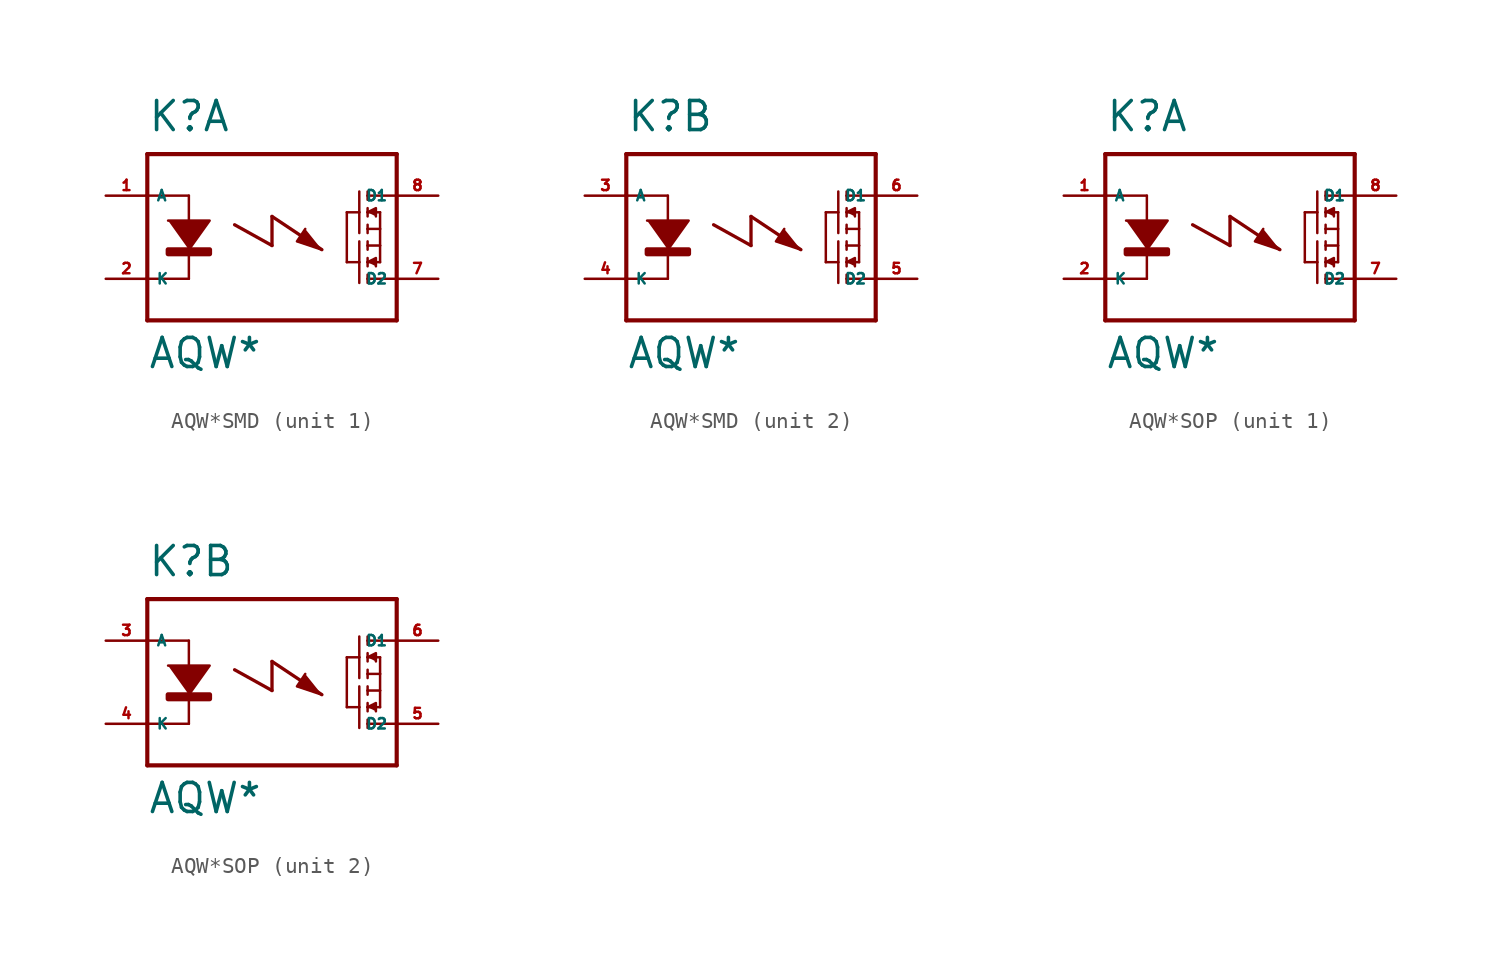
<source format=kicad_sym>
(kicad_symbol_lib
  (version 20220914)
  (generator Eagle2Kicad)
  (symbol "AQW*SMD"
    (property "Reference" "K"
      (at -7.62 6.35 0)
      (effects (font (size 1.778 1.778) (thickness 0.22)) (justify left bottom)))
    (property "Value" "AQW*"
      (at -7.62 -8.128 0)
      (effects (font (size 1.778 1.778) (thickness 0.22)) (justify left bottom)))
    (symbol "AQW*SMD_1_0"
      (polyline (pts (xy -6.35 1.016) (xy -3.81 1.016) (xy -5.08 -0.762)) (stroke (width 0.152) (type default)) (fill (type outline)))
      (polyline (pts (xy 5.842 1.524) (xy 6.35 1.778) (xy 6.35 1.27)) (stroke (width 0.152) (type default)) (fill (type outline)))
      (polyline (pts (xy 5.842 -1.524) (xy 6.35 -1.27) (xy 6.35 -1.778)) (stroke (width 0.152) (type default)) (fill (type outline)))
      (polyline (pts (xy 2.032 0.508) (xy 1.524 -0.254) (xy 3.048 -0.762)) (stroke (width 0.152) (type default)) (fill (type outline)))
      (polyline (pts (xy -5.08 2.54) (xy -5.08 -2.54)) (stroke (width 0.152) (type default)) (fill (type none)))
      (polyline (pts (xy 5.842 2.794) (xy 5.842 2.54)) (stroke (width 0.152) (type default)) (fill (type none)))
      (polyline (pts (xy 5.842 2.54) (xy 5.842 2.286)) (stroke (width 0.152) (type default)) (fill (type none)))
      (polyline (pts (xy 5.842 1.778) (xy 5.842 1.524)) (stroke (width 0.152) (type default)) (fill (type none)))
      (polyline (pts (xy 5.842 1.524) (xy 5.842 1.27)) (stroke (width 0.152) (type default)) (fill (type none)))
      (polyline (pts (xy 5.842 0.762) (xy 5.842 0.508)) (stroke (width 0.152) (type default)) (fill (type none)))
      (polyline (pts (xy 5.842 0.508) (xy 5.842 0.254)) (stroke (width 0.152) (type default)) (fill (type none)))
      (polyline (pts (xy 5.842 1.524) (xy 6.604 1.524)) (stroke (width 0.152) (type default)) (fill (type none)))
      (polyline (pts (xy 5.842 0.508) (xy 6.604 0.508)) (stroke (width 0.152) (type default)) (fill (type none)))
      (polyline (pts (xy 6.604 0.508) (xy 6.604 1.524)) (stroke (width 0.152) (type default)) (fill (type none)))
      (polyline (pts (xy 5.334 2.794) (xy 5.334 1.524)) (stroke (width 0.152) (type default)) (fill (type none)))
      (polyline (pts (xy 5.334 1.524) (xy 5.334 0.254)) (stroke (width 0.152) (type default)) (fill (type none)))
      (polyline (pts (xy 5.334 1.524) (xy 4.572 1.524)) (stroke (width 0.152) (type default)) (fill (type none)))
      (polyline (pts (xy 5.842 -2.794) (xy 5.842 -2.54)) (stroke (width 0.152) (type default)) (fill (type none)))
      (polyline (pts (xy 5.842 -2.54) (xy 5.842 -2.286)) (stroke (width 0.152) (type default)) (fill (type none)))
      (polyline (pts (xy 5.842 -1.778) (xy 5.842 -1.524)) (stroke (width 0.152) (type default)) (fill (type none)))
      (polyline (pts (xy 5.842 -1.524) (xy 5.842 -1.27)) (stroke (width 0.152) (type default)) (fill (type none)))
      (polyline (pts (xy 5.842 -0.762) (xy 5.842 -0.508)) (stroke (width 0.152) (type default)) (fill (type none)))
      (polyline (pts (xy 5.842 -0.508) (xy 5.842 -0.254)) (stroke (width 0.152) (type default)) (fill (type none)))
      (polyline (pts (xy 5.842 -1.524) (xy 6.604 -1.524)) (stroke (width 0.152) (type default)) (fill (type none)))
      (polyline (pts (xy 5.842 -0.508) (xy 6.604 -0.508)) (stroke (width 0.152) (type default)) (fill (type none)))
      (polyline (pts (xy 6.604 -0.508) (xy 6.604 -1.524)) (stroke (width 0.152) (type default)) (fill (type none)))
      (polyline (pts (xy 6.604 0.508) (xy 6.604 -0.508)) (stroke (width 0.152) (type default)) (fill (type none)))
      (polyline (pts (xy 5.334 -2.794) (xy 5.334 -1.524)) (stroke (width 0.152) (type default)) (fill (type none)))
      (polyline (pts (xy 5.334 -1.524) (xy 5.334 -0.254)) (stroke (width 0.152) (type default)) (fill (type none)))
      (polyline (pts (xy 5.334 -1.524) (xy 4.572 -1.524)) (stroke (width 0.152) (type default)) (fill (type none)))
      (polyline (pts (xy 4.572 1.524) (xy 4.572 -1.524)) (stroke (width 0.152) (type default)) (fill (type none)))
      (polyline (pts (xy 5.842 2.54) (xy 7.62 2.54)) (stroke (width 0.152) (type default)) (fill (type none)))
      (polyline (pts (xy 5.842 -2.54) (xy 7.62 -2.54)) (stroke (width 0.152) (type default)) (fill (type none)))
      (polyline (pts (xy -7.62 5.08) (xy -7.62 2.54)) (stroke (width 0.254) (type default)) (fill (type none)))
      (polyline (pts (xy -7.62 2.54) (xy -7.62 -2.54)) (stroke (width 0.254) (type default)) (fill (type none)))
      (polyline (pts (xy -7.62 -2.54) (xy -7.62 -5.08)) (stroke (width 0.254) (type default)) (fill (type none)))
      (polyline (pts (xy -7.62 -5.08) (xy 7.62 -5.08)) (stroke (width 0.254) (type default)) (fill (type none)))
      (polyline (pts (xy 7.62 -5.08) (xy 7.62 5.08)) (stroke (width 0.254) (type default)) (fill (type none)))
      (polyline (pts (xy 7.62 5.08) (xy -7.62 5.08)) (stroke (width 0.254) (type default)) (fill (type none)))
      (polyline (pts (xy -5.08 2.54) (xy -7.62 2.54)) (stroke (width 0.152) (type default)) (fill (type none)))
      (polyline (pts (xy -5.08 -2.54) (xy -7.62 -2.54)) (stroke (width 0.152) (type default)) (fill (type none)))
      (polyline (pts (xy -2.286 0.762) (xy 0 -0.508)) (stroke (width 0.203) (type default)) (fill (type none)))
      (polyline (pts (xy 0 -0.508) (xy 0 1.27)) (stroke (width 0.203) (type default)) (fill (type none)))
      (polyline (pts (xy 0 1.27) (xy 3.048 -0.762)) (stroke (width 0.203) (type default)) (fill (type none)))
      (rectangle (start -6.35 -1.016) (end -3.81 -0.762) (stroke (width 0.3) (type default)) (fill (type outline)))
      (pin passive line (at -10.16 -2.54 0) (length 2.54) (name "K" (effects (font (size 0.635 0.635) (thickness 0.08)) (justify left bottom))) (number "2" (effects (font (size 0.635 0.635) (thickness 0.08)) (justify left bottom))))
      (pin passive line (at 10.16 2.54 180) (length 2.54) (name "D1" (effects (font (size 0.635 0.635) (thickness 0.08)) (justify left bottom))) (number "8" (effects (font (size 0.635 0.635) (thickness 0.08)) (justify left bottom))))
      (pin passive line (at 10.16 -2.54 180) (length 2.54) (name "D2" (effects (font (size 0.635 0.635) (thickness 0.08)) (justify left bottom))) (number "7" (effects (font (size 0.635 0.635) (thickness 0.08)) (justify left bottom))))
      (pin passive line (at -10.16 2.54 0) (length 2.54) (name "A" (effects (font (size 0.635 0.635) (thickness 0.08)) (justify left bottom))) (number "1" (effects (font (size 0.635 0.635) (thickness 0.08)) (justify left bottom)))))
    (symbol "AQW*SMD_2_0"
      (polyline (pts (xy -6.35 1.016) (xy -3.81 1.016) (xy -5.08 -0.762)) (stroke (width 0.152) (type default)) (fill (type outline)))
      (polyline (pts (xy 5.842 1.524) (xy 6.35 1.778) (xy 6.35 1.27)) (stroke (width 0.152) (type default)) (fill (type outline)))
      (polyline (pts (xy 5.842 -1.524) (xy 6.35 -1.27) (xy 6.35 -1.778)) (stroke (width 0.152) (type default)) (fill (type outline)))
      (polyline (pts (xy 2.032 0.508) (xy 1.524 -0.254) (xy 3.048 -0.762)) (stroke (width 0.152) (type default)) (fill (type outline)))
      (polyline (pts (xy -5.08 2.54) (xy -5.08 -2.54)) (stroke (width 0.152) (type default)) (fill (type none)))
      (polyline (pts (xy 5.842 2.794) (xy 5.842 2.54)) (stroke (width 0.152) (type default)) (fill (type none)))
      (polyline (pts (xy 5.842 2.54) (xy 5.842 2.286)) (stroke (width 0.152) (type default)) (fill (type none)))
      (polyline (pts (xy 5.842 1.778) (xy 5.842 1.524)) (stroke (width 0.152) (type default)) (fill (type none)))
      (polyline (pts (xy 5.842 1.524) (xy 5.842 1.27)) (stroke (width 0.152) (type default)) (fill (type none)))
      (polyline (pts (xy 5.842 0.762) (xy 5.842 0.508)) (stroke (width 0.152) (type default)) (fill (type none)))
      (polyline (pts (xy 5.842 0.508) (xy 5.842 0.254)) (stroke (width 0.152) (type default)) (fill (type none)))
      (polyline (pts (xy 5.842 1.524) (xy 6.604 1.524)) (stroke (width 0.152) (type default)) (fill (type none)))
      (polyline (pts (xy 5.842 0.508) (xy 6.604 0.508)) (stroke (width 0.152) (type default)) (fill (type none)))
      (polyline (pts (xy 6.604 0.508) (xy 6.604 1.524)) (stroke (width 0.152) (type default)) (fill (type none)))
      (polyline (pts (xy 5.334 2.794) (xy 5.334 1.524)) (stroke (width 0.152) (type default)) (fill (type none)))
      (polyline (pts (xy 5.334 1.524) (xy 5.334 0.254)) (stroke (width 0.152) (type default)) (fill (type none)))
      (polyline (pts (xy 5.334 1.524) (xy 4.572 1.524)) (stroke (width 0.152) (type default)) (fill (type none)))
      (polyline (pts (xy 5.842 -2.794) (xy 5.842 -2.54)) (stroke (width 0.152) (type default)) (fill (type none)))
      (polyline (pts (xy 5.842 -2.54) (xy 5.842 -2.286)) (stroke (width 0.152) (type default)) (fill (type none)))
      (polyline (pts (xy 5.842 -1.778) (xy 5.842 -1.524)) (stroke (width 0.152) (type default)) (fill (type none)))
      (polyline (pts (xy 5.842 -1.524) (xy 5.842 -1.27)) (stroke (width 0.152) (type default)) (fill (type none)))
      (polyline (pts (xy 5.842 -0.762) (xy 5.842 -0.508)) (stroke (width 0.152) (type default)) (fill (type none)))
      (polyline (pts (xy 5.842 -0.508) (xy 5.842 -0.254)) (stroke (width 0.152) (type default)) (fill (type none)))
      (polyline (pts (xy 5.842 -1.524) (xy 6.604 -1.524)) (stroke (width 0.152) (type default)) (fill (type none)))
      (polyline (pts (xy 5.842 -0.508) (xy 6.604 -0.508)) (stroke (width 0.152) (type default)) (fill (type none)))
      (polyline (pts (xy 6.604 -0.508) (xy 6.604 -1.524)) (stroke (width 0.152) (type default)) (fill (type none)))
      (polyline (pts (xy 6.604 0.508) (xy 6.604 -0.508)) (stroke (width 0.152) (type default)) (fill (type none)))
      (polyline (pts (xy 5.334 -2.794) (xy 5.334 -1.524)) (stroke (width 0.152) (type default)) (fill (type none)))
      (polyline (pts (xy 5.334 -1.524) (xy 5.334 -0.254)) (stroke (width 0.152) (type default)) (fill (type none)))
      (polyline (pts (xy 5.334 -1.524) (xy 4.572 -1.524)) (stroke (width 0.152) (type default)) (fill (type none)))
      (polyline (pts (xy 4.572 1.524) (xy 4.572 -1.524)) (stroke (width 0.152) (type default)) (fill (type none)))
      (polyline (pts (xy 5.842 2.54) (xy 7.62 2.54)) (stroke (width 0.152) (type default)) (fill (type none)))
      (polyline (pts (xy 5.842 -2.54) (xy 7.62 -2.54)) (stroke (width 0.152) (type default)) (fill (type none)))
      (polyline (pts (xy -7.62 5.08) (xy -7.62 2.54)) (stroke (width 0.254) (type default)) (fill (type none)))
      (polyline (pts (xy -7.62 2.54) (xy -7.62 -2.54)) (stroke (width 0.254) (type default)) (fill (type none)))
      (polyline (pts (xy -7.62 -2.54) (xy -7.62 -5.08)) (stroke (width 0.254) (type default)) (fill (type none)))
      (polyline (pts (xy -7.62 -5.08) (xy 7.62 -5.08)) (stroke (width 0.254) (type default)) (fill (type none)))
      (polyline (pts (xy 7.62 -5.08) (xy 7.62 5.08)) (stroke (width 0.254) (type default)) (fill (type none)))
      (polyline (pts (xy 7.62 5.08) (xy -7.62 5.08)) (stroke (width 0.254) (type default)) (fill (type none)))
      (polyline (pts (xy -5.08 2.54) (xy -7.62 2.54)) (stroke (width 0.152) (type default)) (fill (type none)))
      (polyline (pts (xy -5.08 -2.54) (xy -7.62 -2.54)) (stroke (width 0.152) (type default)) (fill (type none)))
      (polyline (pts (xy -2.286 0.762) (xy 0 -0.508)) (stroke (width 0.203) (type default)) (fill (type none)))
      (polyline (pts (xy 0 -0.508) (xy 0 1.27)) (stroke (width 0.203) (type default)) (fill (type none)))
      (polyline (pts (xy 0 1.27) (xy 3.048 -0.762)) (stroke (width 0.203) (type default)) (fill (type none)))
      (rectangle (start -6.35 -1.016) (end -3.81 -0.762) (stroke (width 0.3) (type default)) (fill (type outline)))
      (pin passive line (at -10.16 -2.54 0) (length 2.54) (name "K" (effects (font (size 0.635 0.635) (thickness 0.08)) (justify left bottom))) (number "4" (effects (font (size 0.635 0.635) (thickness 0.08)) (justify left bottom))))
      (pin passive line (at 10.16 2.54 180) (length 2.54) (name "D1" (effects (font (size 0.635 0.635) (thickness 0.08)) (justify left bottom))) (number "6" (effects (font (size 0.635 0.635) (thickness 0.08)) (justify left bottom))))
      (pin passive line (at 10.16 -2.54 180) (length 2.54) (name "D2" (effects (font (size 0.635 0.635) (thickness 0.08)) (justify left bottom))) (number "5" (effects (font (size 0.635 0.635) (thickness 0.08)) (justify left bottom))))
      (pin passive line (at -10.16 2.54 0) (length 2.54) (name "A" (effects (font (size 0.635 0.635) (thickness 0.08)) (justify left bottom))) (number "3" (effects (font (size 0.635 0.635) (thickness 0.08)) (justify left bottom))))))
  (symbol "AQW*SOP"
    (property "Reference" "K"
      (at -7.62 6.35 0)
      (effects (font (size 1.778 1.778) (thickness 0.22)) (justify left bottom)))
    (property "Value" "AQW*"
      (at -7.62 -8.128 0)
      (effects (font (size 1.778 1.778) (thickness 0.22)) (justify left bottom)))
    (symbol "AQW*SOP_1_0"
      (polyline (pts (xy -6.35 1.016) (xy -3.81 1.016) (xy -5.08 -0.762)) (stroke (width 0.152) (type default)) (fill (type outline)))
      (polyline (pts (xy 5.842 1.524) (xy 6.35 1.778) (xy 6.35 1.27)) (stroke (width 0.152) (type default)) (fill (type outline)))
      (polyline (pts (xy 5.842 -1.524) (xy 6.35 -1.27) (xy 6.35 -1.778)) (stroke (width 0.152) (type default)) (fill (type outline)))
      (polyline (pts (xy 2.032 0.508) (xy 1.524 -0.254) (xy 3.048 -0.762)) (stroke (width 0.152) (type default)) (fill (type outline)))
      (polyline (pts (xy -5.08 2.54) (xy -5.08 -2.54)) (stroke (width 0.152) (type default)) (fill (type none)))
      (polyline (pts (xy 5.842 2.794) (xy 5.842 2.54)) (stroke (width 0.152) (type default)) (fill (type none)))
      (polyline (pts (xy 5.842 2.54) (xy 5.842 2.286)) (stroke (width 0.152) (type default)) (fill (type none)))
      (polyline (pts (xy 5.842 1.778) (xy 5.842 1.524)) (stroke (width 0.152) (type default)) (fill (type none)))
      (polyline (pts (xy 5.842 1.524) (xy 5.842 1.27)) (stroke (width 0.152) (type default)) (fill (type none)))
      (polyline (pts (xy 5.842 0.762) (xy 5.842 0.508)) (stroke (width 0.152) (type default)) (fill (type none)))
      (polyline (pts (xy 5.842 0.508) (xy 5.842 0.254)) (stroke (width 0.152) (type default)) (fill (type none)))
      (polyline (pts (xy 5.842 1.524) (xy 6.604 1.524)) (stroke (width 0.152) (type default)) (fill (type none)))
      (polyline (pts (xy 5.842 0.508) (xy 6.604 0.508)) (stroke (width 0.152) (type default)) (fill (type none)))
      (polyline (pts (xy 6.604 0.508) (xy 6.604 1.524)) (stroke (width 0.152) (type default)) (fill (type none)))
      (polyline (pts (xy 5.334 2.794) (xy 5.334 1.524)) (stroke (width 0.152) (type default)) (fill (type none)))
      (polyline (pts (xy 5.334 1.524) (xy 5.334 0.254)) (stroke (width 0.152) (type default)) (fill (type none)))
      (polyline (pts (xy 5.334 1.524) (xy 4.572 1.524)) (stroke (width 0.152) (type default)) (fill (type none)))
      (polyline (pts (xy 5.842 -2.794) (xy 5.842 -2.54)) (stroke (width 0.152) (type default)) (fill (type none)))
      (polyline (pts (xy 5.842 -2.54) (xy 5.842 -2.286)) (stroke (width 0.152) (type default)) (fill (type none)))
      (polyline (pts (xy 5.842 -1.778) (xy 5.842 -1.524)) (stroke (width 0.152) (type default)) (fill (type none)))
      (polyline (pts (xy 5.842 -1.524) (xy 5.842 -1.27)) (stroke (width 0.152) (type default)) (fill (type none)))
      (polyline (pts (xy 5.842 -0.762) (xy 5.842 -0.508)) (stroke (width 0.152) (type default)) (fill (type none)))
      (polyline (pts (xy 5.842 -0.508) (xy 5.842 -0.254)) (stroke (width 0.152) (type default)) (fill (type none)))
      (polyline (pts (xy 5.842 -1.524) (xy 6.604 -1.524)) (stroke (width 0.152) (type default)) (fill (type none)))
      (polyline (pts (xy 5.842 -0.508) (xy 6.604 -0.508)) (stroke (width 0.152) (type default)) (fill (type none)))
      (polyline (pts (xy 6.604 -0.508) (xy 6.604 -1.524)) (stroke (width 0.152) (type default)) (fill (type none)))
      (polyline (pts (xy 6.604 0.508) (xy 6.604 -0.508)) (stroke (width 0.152) (type default)) (fill (type none)))
      (polyline (pts (xy 5.334 -2.794) (xy 5.334 -1.524)) (stroke (width 0.152) (type default)) (fill (type none)))
      (polyline (pts (xy 5.334 -1.524) (xy 5.334 -0.254)) (stroke (width 0.152) (type default)) (fill (type none)))
      (polyline (pts (xy 5.334 -1.524) (xy 4.572 -1.524)) (stroke (width 0.152) (type default)) (fill (type none)))
      (polyline (pts (xy 4.572 1.524) (xy 4.572 -1.524)) (stroke (width 0.152) (type default)) (fill (type none)))
      (polyline (pts (xy 5.842 2.54) (xy 7.62 2.54)) (stroke (width 0.152) (type default)) (fill (type none)))
      (polyline (pts (xy 5.842 -2.54) (xy 7.62 -2.54)) (stroke (width 0.152) (type default)) (fill (type none)))
      (polyline (pts (xy -7.62 5.08) (xy -7.62 2.54)) (stroke (width 0.254) (type default)) (fill (type none)))
      (polyline (pts (xy -7.62 2.54) (xy -7.62 -2.54)) (stroke (width 0.254) (type default)) (fill (type none)))
      (polyline (pts (xy -7.62 -2.54) (xy -7.62 -5.08)) (stroke (width 0.254) (type default)) (fill (type none)))
      (polyline (pts (xy -7.62 -5.08) (xy 7.62 -5.08)) (stroke (width 0.254) (type default)) (fill (type none)))
      (polyline (pts (xy 7.62 -5.08) (xy 7.62 5.08)) (stroke (width 0.254) (type default)) (fill (type none)))
      (polyline (pts (xy 7.62 5.08) (xy -7.62 5.08)) (stroke (width 0.254) (type default)) (fill (type none)))
      (polyline (pts (xy -5.08 2.54) (xy -7.62 2.54)) (stroke (width 0.152) (type default)) (fill (type none)))
      (polyline (pts (xy -5.08 -2.54) (xy -7.62 -2.54)) (stroke (width 0.152) (type default)) (fill (type none)))
      (polyline (pts (xy -2.286 0.762) (xy 0 -0.508)) (stroke (width 0.203) (type default)) (fill (type none)))
      (polyline (pts (xy 0 -0.508) (xy 0 1.27)) (stroke (width 0.203) (type default)) (fill (type none)))
      (polyline (pts (xy 0 1.27) (xy 3.048 -0.762)) (stroke (width 0.203) (type default)) (fill (type none)))
      (rectangle (start -6.35 -1.016) (end -3.81 -0.762) (stroke (width 0.3) (type default)) (fill (type outline)))
      (pin passive line (at -10.16 -2.54 0) (length 2.54) (name "K" (effects (font (size 0.635 0.635) (thickness 0.08)) (justify left bottom))) (number "2" (effects (font (size 0.635 0.635) (thickness 0.08)) (justify left bottom))))
      (pin passive line (at 10.16 2.54 180) (length 2.54) (name "D1" (effects (font (size 0.635 0.635) (thickness 0.08)) (justify left bottom))) (number "8" (effects (font (size 0.635 0.635) (thickness 0.08)) (justify left bottom))))
      (pin passive line (at 10.16 -2.54 180) (length 2.54) (name "D2" (effects (font (size 0.635 0.635) (thickness 0.08)) (justify left bottom))) (number "7" (effects (font (size 0.635 0.635) (thickness 0.08)) (justify left bottom))))
      (pin passive line (at -10.16 2.54 0) (length 2.54) (name "A" (effects (font (size 0.635 0.635) (thickness 0.08)) (justify left bottom))) (number "1" (effects (font (size 0.635 0.635) (thickness 0.08)) (justify left bottom)))))
    (symbol "AQW*SOP_2_0"
      (polyline (pts (xy -6.35 1.016) (xy -3.81 1.016) (xy -5.08 -0.762)) (stroke (width 0.152) (type default)) (fill (type outline)))
      (polyline (pts (xy 5.842 1.524) (xy 6.35 1.778) (xy 6.35 1.27)) (stroke (width 0.152) (type default)) (fill (type outline)))
      (polyline (pts (xy 5.842 -1.524) (xy 6.35 -1.27) (xy 6.35 -1.778)) (stroke (width 0.152) (type default)) (fill (type outline)))
      (polyline (pts (xy 2.032 0.508) (xy 1.524 -0.254) (xy 3.048 -0.762)) (stroke (width 0.152) (type default)) (fill (type outline)))
      (polyline (pts (xy -5.08 2.54) (xy -5.08 -2.54)) (stroke (width 0.152) (type default)) (fill (type none)))
      (polyline (pts (xy 5.842 2.794) (xy 5.842 2.54)) (stroke (width 0.152) (type default)) (fill (type none)))
      (polyline (pts (xy 5.842 2.54) (xy 5.842 2.286)) (stroke (width 0.152) (type default)) (fill (type none)))
      (polyline (pts (xy 5.842 1.778) (xy 5.842 1.524)) (stroke (width 0.152) (type default)) (fill (type none)))
      (polyline (pts (xy 5.842 1.524) (xy 5.842 1.27)) (stroke (width 0.152) (type default)) (fill (type none)))
      (polyline (pts (xy 5.842 0.762) (xy 5.842 0.508)) (stroke (width 0.152) (type default)) (fill (type none)))
      (polyline (pts (xy 5.842 0.508) (xy 5.842 0.254)) (stroke (width 0.152) (type default)) (fill (type none)))
      (polyline (pts (xy 5.842 1.524) (xy 6.604 1.524)) (stroke (width 0.152) (type default)) (fill (type none)))
      (polyline (pts (xy 5.842 0.508) (xy 6.604 0.508)) (stroke (width 0.152) (type default)) (fill (type none)))
      (polyline (pts (xy 6.604 0.508) (xy 6.604 1.524)) (stroke (width 0.152) (type default)) (fill (type none)))
      (polyline (pts (xy 5.334 2.794) (xy 5.334 1.524)) (stroke (width 0.152) (type default)) (fill (type none)))
      (polyline (pts (xy 5.334 1.524) (xy 5.334 0.254)) (stroke (width 0.152) (type default)) (fill (type none)))
      (polyline (pts (xy 5.334 1.524) (xy 4.572 1.524)) (stroke (width 0.152) (type default)) (fill (type none)))
      (polyline (pts (xy 5.842 -2.794) (xy 5.842 -2.54)) (stroke (width 0.152) (type default)) (fill (type none)))
      (polyline (pts (xy 5.842 -2.54) (xy 5.842 -2.286)) (stroke (width 0.152) (type default)) (fill (type none)))
      (polyline (pts (xy 5.842 -1.778) (xy 5.842 -1.524)) (stroke (width 0.152) (type default)) (fill (type none)))
      (polyline (pts (xy 5.842 -1.524) (xy 5.842 -1.27)) (stroke (width 0.152) (type default)) (fill (type none)))
      (polyline (pts (xy 5.842 -0.762) (xy 5.842 -0.508)) (stroke (width 0.152) (type default)) (fill (type none)))
      (polyline (pts (xy 5.842 -0.508) (xy 5.842 -0.254)) (stroke (width 0.152) (type default)) (fill (type none)))
      (polyline (pts (xy 5.842 -1.524) (xy 6.604 -1.524)) (stroke (width 0.152) (type default)) (fill (type none)))
      (polyline (pts (xy 5.842 -0.508) (xy 6.604 -0.508)) (stroke (width 0.152) (type default)) (fill (type none)))
      (polyline (pts (xy 6.604 -0.508) (xy 6.604 -1.524)) (stroke (width 0.152) (type default)) (fill (type none)))
      (polyline (pts (xy 6.604 0.508) (xy 6.604 -0.508)) (stroke (width 0.152) (type default)) (fill (type none)))
      (polyline (pts (xy 5.334 -2.794) (xy 5.334 -1.524)) (stroke (width 0.152) (type default)) (fill (type none)))
      (polyline (pts (xy 5.334 -1.524) (xy 5.334 -0.254)) (stroke (width 0.152) (type default)) (fill (type none)))
      (polyline (pts (xy 5.334 -1.524) (xy 4.572 -1.524)) (stroke (width 0.152) (type default)) (fill (type none)))
      (polyline (pts (xy 4.572 1.524) (xy 4.572 -1.524)) (stroke (width 0.152) (type default)) (fill (type none)))
      (polyline (pts (xy 5.842 2.54) (xy 7.62 2.54)) (stroke (width 0.152) (type default)) (fill (type none)))
      (polyline (pts (xy 5.842 -2.54) (xy 7.62 -2.54)) (stroke (width 0.152) (type default)) (fill (type none)))
      (polyline (pts (xy -7.62 5.08) (xy -7.62 2.54)) (stroke (width 0.254) (type default)) (fill (type none)))
      (polyline (pts (xy -7.62 2.54) (xy -7.62 -2.54)) (stroke (width 0.254) (type default)) (fill (type none)))
      (polyline (pts (xy -7.62 -2.54) (xy -7.62 -5.08)) (stroke (width 0.254) (type default)) (fill (type none)))
      (polyline (pts (xy -7.62 -5.08) (xy 7.62 -5.08)) (stroke (width 0.254) (type default)) (fill (type none)))
      (polyline (pts (xy 7.62 -5.08) (xy 7.62 5.08)) (stroke (width 0.254) (type default)) (fill (type none)))
      (polyline (pts (xy 7.62 5.08) (xy -7.62 5.08)) (stroke (width 0.254) (type default)) (fill (type none)))
      (polyline (pts (xy -5.08 2.54) (xy -7.62 2.54)) (stroke (width 0.152) (type default)) (fill (type none)))
      (polyline (pts (xy -5.08 -2.54) (xy -7.62 -2.54)) (stroke (width 0.152) (type default)) (fill (type none)))
      (polyline (pts (xy -2.286 0.762) (xy 0 -0.508)) (stroke (width 0.203) (type default)) (fill (type none)))
      (polyline (pts (xy 0 -0.508) (xy 0 1.27)) (stroke (width 0.203) (type default)) (fill (type none)))
      (polyline (pts (xy 0 1.27) (xy 3.048 -0.762)) (stroke (width 0.203) (type default)) (fill (type none)))
      (rectangle (start -6.35 -1.016) (end -3.81 -0.762) (stroke (width 0.3) (type default)) (fill (type outline)))
      (pin passive line (at -10.16 -2.54 0) (length 2.54) (name "K" (effects (font (size 0.635 0.635) (thickness 0.08)) (justify left bottom))) (number "4" (effects (font (size 0.635 0.635) (thickness 0.08)) (justify left bottom))))
      (pin passive line (at 10.16 2.54 180) (length 2.54) (name "D1" (effects (font (size 0.635 0.635) (thickness 0.08)) (justify left bottom))) (number "6" (effects (font (size 0.635 0.635) (thickness 0.08)) (justify left bottom))))
      (pin passive line (at 10.16 -2.54 180) (length 2.54) (name "D2" (effects (font (size 0.635 0.635) (thickness 0.08)) (justify left bottom))) (number "5" (effects (font (size 0.635 0.635) (thickness 0.08)) (justify left bottom))))
      (pin passive line (at -10.16 2.54 0) (length 2.54) (name "A" (effects (font (size 0.635 0.635) (thickness 0.08)) (justify left bottom))) (number "3" (effects (font (size 0.635 0.635) (thickness 0.08)) (justify left bottom)))))))
</source>
